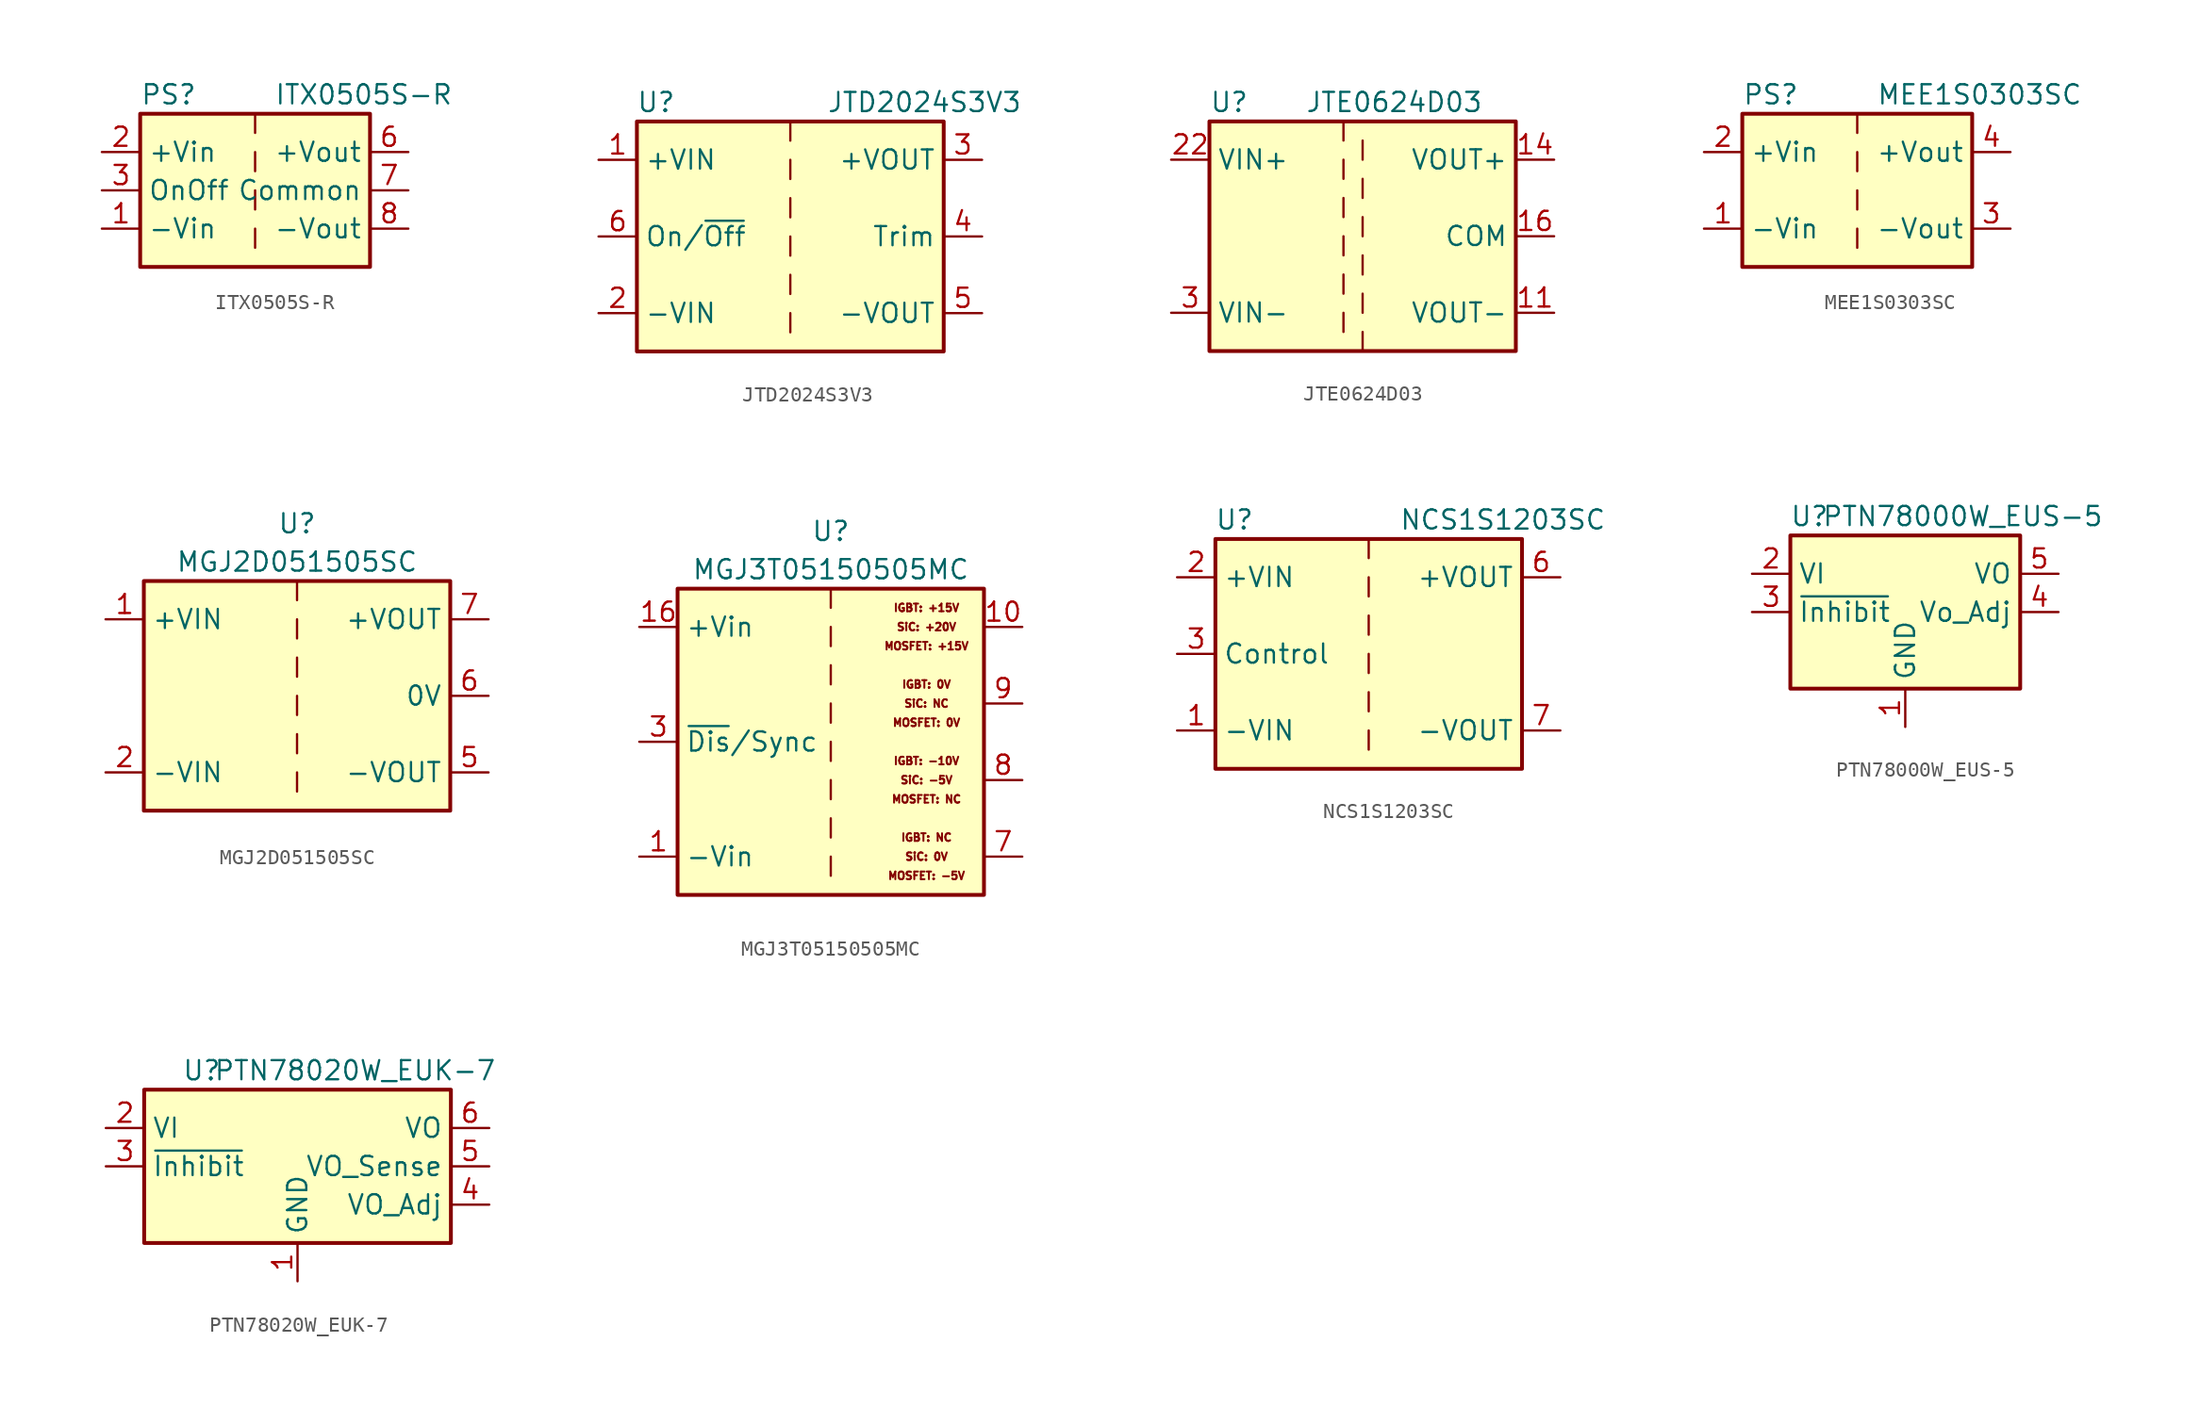
<source format=kicad_sym>
(kicad_symbol_lib
  (version 20241209)
  (generator "kicad_symbol_editor")
  (generator_version "9.0")
  (symbol "ITX0505S-R"
    (property "Reference" "PS"
      (at -7.62 6.35 0)
      (effects (font (size 1.27 1.27)) (justify left)))
    (property "Value" "ITX0505S-R"
      (at 1.27 6.35 0)
      (effects (font (size 1.27 1.27)) (justify left)))
    (symbol "ITX0505S-R_0_0"
      (pin power_in line (at -10.16 2.54 0) (length 2.54) (name "+Vin" (effects (font (size 1.27 1.27)))) (number "2" (effects (font (size 1.27 1.27)))))
      (pin input line (at -10.16 0 0) (length 2.54) (name "OnOff" (effects (font (size 1.27 1.27)))) (number "3" (effects (font (size 1.27 1.27)))))
      (pin power_in line (at -10.16 -2.54 0) (length 2.54) (name "-Vin" (effects (font (size 1.27 1.27)))) (number "1" (effects (font (size 1.27 1.27)))))
      (pin no_connect line (at 0 5.08 270) (length 2.54) (hide yes) (name "NC" (effects (font (size 1.27 1.27)))) (number "5" (effects (font (size 1.27 1.27)))))
      (pin power_out line (at 10.16 2.54 180) (length 2.54) (name "+Vout" (effects (font (size 1.27 1.27)))) (number "6" (effects (font (size 1.27 1.27)))))
      (pin power_out line (at 10.16 0 180) (length 2.54) (name "Common" (effects (font (size 1.27 1.27)))) (number "7" (effects (font (size 1.27 1.27)))))
      (pin power_out line (at 10.16 -2.54 180) (length 2.54) (name "-Vout" (effects (font (size 1.27 1.27)))) (number "8" (effects (font (size 1.27 1.27))))))
    (symbol "ITX0505S-R_0_1"
      (rectangle (start -7.62 5.08) (end 7.62 -5.08) (stroke (width 0.254) (type default)) (fill (type background)))
      (polyline (pts (xy 0 5.08) (xy 0 3.81)) (stroke (width 0) (type default)) (fill (type none)))
      (polyline (pts (xy 0 2.54) (xy 0 1.27)) (stroke (width 0) (type default)) (fill (type none)))
      (polyline (pts (xy 0 0) (xy 0 -1.27)) (stroke (width 0) (type default)) (fill (type none)))
      (polyline (pts (xy 0 -2.54) (xy 0 -3.81)) (stroke (width 0) (type default)) (fill (type none)))))
  (symbol "JTD2024S3V3"
    (property "Reference" "U"
      (at -8.89 8.89 0)
      (effects (font (size 1.27 1.27))))
    (property "Value" "JTD2024S3V3"
      (at 8.89 8.89 0)
      (effects (font (size 1.27 1.27))))
    (symbol "JTD2024S3V3_0_1"
      (rectangle (start -10.16 7.62) (end 10.16 -7.62) (stroke (width 0.254) (type default)) (fill (type background)))
      (polyline (pts (xy 0 7.62) (xy 0 6.35)) (stroke (width 0) (type default)) (fill (type none)))
      (polyline (pts (xy 0 5.08) (xy 0 3.81)) (stroke (width 0) (type default)) (fill (type none)))
      (polyline (pts (xy 0 2.54) (xy 0 1.27)) (stroke (width 0) (type default)) (fill (type none)))
      (polyline (pts (xy 0 0) (xy 0 -1.27)) (stroke (width 0) (type default)) (fill (type none)))
      (polyline (pts (xy 0 -2.54) (xy 0 -3.81)) (stroke (width 0) (type default)) (fill (type none)))
      (polyline (pts (xy 0 -5.08) (xy 0 -6.35)) (stroke (width 0) (type default)) (fill (type none))))
    (symbol "JTD2024S3V3_1_1"
      (pin power_in line (at -12.7 5.08 0) (length 2.54) (name "+VIN" (effects (font (size 1.27 1.27)))) (number "1" (effects (font (size 1.27 1.27)))))
      (pin input line (at -12.7 0 0) (length 2.54) (name "On/~{Off}" (effects (font (size 1.27 1.27)))) (number "6" (effects (font (size 1.27 1.27)))))
      (pin power_in line (at -12.7 -5.08 0) (length 2.54) (name "-VIN" (effects (font (size 1.27 1.27)))) (number "2" (effects (font (size 1.27 1.27)))))
      (pin power_out line (at 12.7 5.08 180) (length 2.54) (name "+VOUT" (effects (font (size 1.27 1.27)))) (number "3" (effects (font (size 1.27 1.27)))))
      (pin input line (at 12.7 0 180) (length 2.54) (name "Trim" (effects (font (size 1.27 1.27)))) (number "4" (effects (font (size 1.27 1.27)))))
      (pin power_out line (at 12.7 -5.08 180) (length 2.54) (name "-VOUT" (effects (font (size 1.27 1.27)))) (number "5" (effects (font (size 1.27 1.27)))))))
  (symbol "JTE0624D03"
    (property "Reference" "U"
      (at -10.16 8.89 0)
      (effects (font (size 1.27 1.27)) (justify left)))
    (property "Value" "JTE0624D03"
      (at -3.81 8.89 0)
      (effects (font (size 1.27 1.27)) (justify left)))
    (symbol "JTE0624D03_0_1"
      (rectangle (start -10.16 7.62) (end 10.16 -7.62) (stroke (width 0.254) (type default)) (fill (type background)))
      (polyline (pts (xy -1.27 7.62) (xy -1.27 6.35)) (stroke (width 0) (type default)) (fill (type none)))
      (polyline (pts (xy -1.27 5.08) (xy -1.27 3.81)) (stroke (width 0) (type default)) (fill (type none)))
      (polyline (pts (xy -1.27 2.54) (xy -1.27 1.27)) (stroke (width 0) (type default)) (fill (type none)))
      (polyline (pts (xy -1.27 0) (xy -1.27 -1.27)) (stroke (width 0) (type default)) (fill (type none)))
      (polyline (pts (xy -1.27 -2.54) (xy -1.27 -3.81)) (stroke (width 0) (type default)) (fill (type none)))
      (polyline (pts (xy -1.27 -5.08) (xy -1.27 -6.35)) (stroke (width 0) (type default)) (fill (type none)))
      (polyline (pts (xy 0 5.08) (xy 0 6.35)) (stroke (width 0) (type default)) (fill (type none)))
      (polyline (pts (xy 0 2.54) (xy 0 3.81)) (stroke (width 0) (type default)) (fill (type none)))
      (polyline (pts (xy 0 0) (xy 0 1.27)) (stroke (width 0) (type default)) (fill (type none)))
      (polyline (pts (xy 0 -1.27) (xy 0 -2.54)) (stroke (width 0) (type default)) (fill (type none)))
      (polyline (pts (xy 0 -5.08) (xy 0 -3.81)) (stroke (width 0) (type default)) (fill (type none)))
      (polyline (pts (xy 0 -7.62) (xy 0 -6.35)) (stroke (width 0) (type default)) (fill (type none))))
    (symbol "JTE0624D03_1_1"
      (pin power_in line (at -12.7 5.08 0) (length 2.54) (name "VIN+" (effects (font (size 1.27 1.27)))) (number "22" (effects (font (size 1.27 1.27)))))
      (pin passive line (at -12.7 5.08 0) (length 2.54) (hide yes) (name "VIN+" (effects (font (size 1.27 1.27)))) (number "23" (effects (font (size 1.27 1.27)))))
      (pin passive line (at -12.7 -5.08 0) (length 2.54) (hide yes) (name "VIN-" (effects (font (size 1.27 1.27)))) (number "2" (effects (font (size 1.27 1.27)))))
      (pin power_in line (at -12.7 -5.08 0) (length 2.54) (name "VIN-" (effects (font (size 1.27 1.27)))) (number "3" (effects (font (size 1.27 1.27)))))
      (pin power_out line (at 12.7 5.08 180) (length 2.54) (name "VOUT+" (effects (font (size 1.27 1.27)))) (number "14" (effects (font (size 1.27 1.27)))))
      (pin power_out line (at 12.7 0 180) (length 2.54) (name "COM" (effects (font (size 1.27 1.27)))) (number "16" (effects (font (size 1.27 1.27)))))
      (pin passive line (at 12.7 0 180) (length 2.54) (hide yes) (name "COM" (effects (font (size 1.27 1.27)))) (number "9" (effects (font (size 1.27 1.27)))))
      (pin power_out line (at 12.7 -5.08 180) (length 2.54) (name "VOUT-" (effects (font (size 1.27 1.27)))) (number "11" (effects (font (size 1.27 1.27)))))))
  (symbol "MEE1S0303SC"
    (property "Reference" "PS"
      (at -7.62 6.35 0)
      (effects (font (size 1.27 1.27)) (justify left)))
    (property "Value" "MEE1S0303SC"
      (at 1.27 6.35 0)
      (effects (font (size 1.27 1.27)) (justify left)))
    (symbol "MEE1S0303SC_0_0"
      (pin power_in line (at -10.16 2.54 0) (length 2.54) (name "+Vin" (effects (font (size 1.27 1.27)))) (number "2" (effects (font (size 1.27 1.27)))))
      (pin power_in line (at -10.16 -2.54 0) (length 2.54) (name "-Vin" (effects (font (size 1.27 1.27)))) (number "1" (effects (font (size 1.27 1.27)))))
      (pin power_out line (at 10.16 2.54 180) (length 2.54) (name "+Vout" (effects (font (size 1.27 1.27)))) (number "4" (effects (font (size 1.27 1.27)))))
      (pin power_out line (at 10.16 -2.54 180) (length 2.54) (name "-Vout" (effects (font (size 1.27 1.27)))) (number "3" (effects (font (size 1.27 1.27))))))
    (symbol "MEE1S0303SC_0_1"
      (rectangle (start -7.62 5.08) (end 7.62 -5.08) (stroke (width 0.254) (type default)) (fill (type background)))
      (polyline (pts (xy 0 5.08) (xy 0 3.81)) (stroke (width 0) (type default)) (fill (type none)))
      (polyline (pts (xy 0 2.54) (xy 0 1.27)) (stroke (width 0) (type default)) (fill (type none)))
      (polyline (pts (xy 0 0) (xy 0 -1.27)) (stroke (width 0) (type default)) (fill (type none)))
      (polyline (pts (xy 0 -2.54) (xy 0 -3.81)) (stroke (width 0) (type default)) (fill (type none)))))
  (symbol "MGJ2D051505SC"
    (property "Reference" "U"
      (at 0 11.43 0)
      (effects (font (size 1.27 1.27))))
    (property "Value" "MGJ2D051505SC"
      (at 0 8.89 0)
      (effects (font (size 1.27 1.27))))
    (symbol "MGJ2D051505SC_0_1"
      (rectangle (start -10.16 7.62) (end 10.16 -7.62) (stroke (width 0.254) (type default)) (fill (type background)))
      (polyline (pts (xy 0 7.62) (xy 0 6.35)) (stroke (width 0) (type default)) (fill (type none)))
      (polyline (pts (xy 0 5.08) (xy 0 3.81)) (stroke (width 0) (type default)) (fill (type none)))
      (polyline (pts (xy 0 2.54) (xy 0 1.27)) (stroke (width 0) (type default)) (fill (type none)))
      (polyline (pts (xy 0 0) (xy 0 -1.27)) (stroke (width 0) (type default)) (fill (type none)))
      (polyline (pts (xy 0 -2.54) (xy 0 -3.81)) (stroke (width 0) (type default)) (fill (type none)))
      (polyline (pts (xy 0 -5.08) (xy 0 -6.35)) (stroke (width 0) (type default)) (fill (type none))))
    (symbol "MGJ2D051505SC_1_1"
      (pin power_in line (at -12.7 5.08 0) (length 2.54) (name "+VIN" (effects (font (size 1.27 1.27)))) (number "1" (effects (font (size 1.27 1.27)))))
      (pin power_in line (at -12.7 -5.08 0) (length 2.54) (name "-VIN" (effects (font (size 1.27 1.27)))) (number "2" (effects (font (size 1.27 1.27)))))
      (pin power_out line (at 12.7 5.08 180) (length 2.54) (name "+VOUT" (effects (font (size 1.27 1.27)))) (number "7" (effects (font (size 1.27 1.27)))))
      (pin power_out line (at 12.7 0 180) (length 2.54) (name "0V" (effects (font (size 1.27 1.27)))) (number "6" (effects (font (size 1.27 1.27)))))
      (pin power_out line (at 12.7 -5.08 180) (length 2.54) (name "-VOUT" (effects (font (size 1.27 1.27)))) (number "5" (effects (font (size 1.27 1.27)))))))
  (symbol "MGJ3T05150505MC"
    (property "Reference" "U"
      (at 0 13.97 0)
      (effects (font (size 1.27 1.27))))
    (property "Value" "MGJ3T05150505MC"
      (at 0 11.43 0)
      (effects (font (size 1.27 1.27))))
    (symbol "MGJ3T05150505MC_0_0"
      (text "IGBT: +15V" (at 6.35 8.89 0) (effects (font (size 0.508 0.508))))
      (text "SiC: +20V" (at 6.35 7.62 0) (effects (font (size 0.508 0.508))))
      (text "MOSFET: +15V" (at 6.35 6.35 0) (effects (font (size 0.508 0.508))))
      (text "IGBT: 0V" (at 6.35 3.81 0) (effects (font (size 0.508 0.508))))
      (text "SiC: NC" (at 6.35 2.54 0) (effects (font (size 0.508 0.508))))
      (text "MOSFET: 0V" (at 6.35 1.27 0) (effects (font (size 0.508 0.508))))
      (text "IGBT: -10V" (at 6.35 -1.27 0) (effects (font (size 0.508 0.508))))
      (text "SiC: -5V" (at 6.35 -2.54 0) (effects (font (size 0.508 0.508))))
      (text "MOSFET: NC" (at 6.35 -3.81 0) (effects (font (size 0.508 0.508))))
      (text "IGBT: NC" (at 6.35 -6.35 0) (effects (font (size 0.508 0.508))))
      (text "SiC: 0V" (at 6.35 -7.62 0) (effects (font (size 0.508 0.508))))
      (text "MOSFET: -5V" (at 6.35 -8.89 0) (effects (font (size 0.508 0.508)))))
    (symbol "MGJ3T05150505MC_0_1"
      (rectangle (start -10.16 10.16) (end 10.16 -10.16) (stroke (width 0.254) (type default)) (fill (type background)))
      (polyline (pts (xy 0 10.16) (xy 0 8.89)) (stroke (width 0) (type default)) (fill (type none)))
      (polyline (pts (xy 0 7.62) (xy 0 6.35)) (stroke (width 0) (type default)) (fill (type none)))
      (polyline (pts (xy 0 5.08) (xy 0 3.81)) (stroke (width 0) (type default)) (fill (type none)))
      (polyline (pts (xy 0 2.54) (xy 0 1.27)) (stroke (width 0) (type default)) (fill (type none)))
      (polyline (pts (xy 0 0) (xy 0 -1.27)) (stroke (width 0) (type default)) (fill (type none)))
      (polyline (pts (xy 0 -2.54) (xy 0 -3.81)) (stroke (width 0) (type default)) (fill (type none)))
      (polyline (pts (xy 0 -5.08) (xy 0 -6.35)) (stroke (width 0) (type default)) (fill (type none)))
      (polyline (pts (xy 0 -7.62) (xy 0 -8.89)) (stroke (width 0) (type default)) (fill (type none))))
    (symbol "MGJ3T05150505MC_1_1"
      (pin power_in line (at -12.7 7.62 0) (length 2.54) (name "+Vin" (effects (font (size 1.27 1.27)))) (number "16" (effects (font (size 1.27 1.27)))))
      (pin input line (at -12.7 0 0) (length 2.54) (name "~{Dis}/Sync" (effects (font (size 1.27 1.27)))) (number "3" (effects (font (size 1.27 1.27)))))
      (pin power_in line (at -12.7 -7.62 0) (length 2.54) (name "-Vin" (effects (font (size 1.27 1.27)))) (number "1" (effects (font (size 1.27 1.27)))))
      (pin power_out line (at 12.7 7.62 180) (length 2.54) (name "~" (effects (font (size 1.27 1.27)))) (number "10" (effects (font (size 1.27 1.27)))))
      (pin power_out line (at 12.7 2.54 180) (length 2.54) (name "~" (effects (font (size 1.27 1.27)))) (number "9" (effects (font (size 1.27 1.27)))))
      (pin power_out line (at 12.7 -2.54 180) (length 2.54) (name "~" (effects (font (size 1.27 1.27)))) (number "8" (effects (font (size 1.27 1.27)))))
      (pin power_out line (at 12.7 -7.62 180) (length 2.54) (name "~" (effects (font (size 1.27 1.27)))) (number "7" (effects (font (size 1.27 1.27)))))))
  (symbol "NCS1S1203SC"
    (property "Reference" "U"
      (at -8.89 8.89 0)
      (effects (font (size 1.27 1.27))))
    (property "Value" "NCS1S1203SC"
      (at 8.89 8.89 0)
      (effects (font (size 1.27 1.27))))
    (symbol "NCS1S1203SC_0_1"
      (rectangle (start -10.16 7.62) (end 10.16 -7.62) (stroke (width 0.254) (type default)) (fill (type background)))
      (polyline (pts (xy 0 7.62) (xy 0 6.35)) (stroke (width 0) (type default)) (fill (type none)))
      (polyline (pts (xy 0 5.08) (xy 0 3.81)) (stroke (width 0) (type default)) (fill (type none)))
      (polyline (pts (xy 0 2.54) (xy 0 1.27)) (stroke (width 0) (type default)) (fill (type none)))
      (polyline (pts (xy 0 0) (xy 0 -1.27)) (stroke (width 0) (type default)) (fill (type none)))
      (polyline (pts (xy 0 -2.54) (xy 0 -3.81)) (stroke (width 0) (type default)) (fill (type none)))
      (polyline (pts (xy 0 -5.08) (xy 0 -6.35)) (stroke (width 0) (type default)) (fill (type none))))
    (symbol "NCS1S1203SC_1_1"
      (pin power_in line (at -12.7 5.08 0) (length 2.54) (name "+VIN" (effects (font (size 1.27 1.27)))) (number "2" (effects (font (size 1.27 1.27)))))
      (pin input line (at -12.7 0 0) (length 2.54) (name "Control" (effects (font (size 1.27 1.27)))) (number "3" (effects (font (size 1.27 1.27)))))
      (pin power_in line (at -12.7 -5.08 0) (length 2.54) (name "-VIN" (effects (font (size 1.27 1.27)))) (number "1" (effects (font (size 1.27 1.27)))))
      (pin power_out line (at 12.7 5.08 180) (length 2.54) (name "+VOUT" (effects (font (size 1.27 1.27)))) (number "6" (effects (font (size 1.27 1.27)))))
      (pin power_out line (at 12.7 -5.08 180) (length 2.54) (name "-VOUT" (effects (font (size 1.27 1.27)))) (number "7" (effects (font (size 1.27 1.27)))))))
  (symbol "PTN78000W_EUS-5"
    (property "Reference" "U"
      (at -6.35 6.35 0)
      (effects (font (size 1.27 1.27))))
    (property "Value" "PTN78000W_EUS-5"
      (at 3.81 6.35 0)
      (effects (font (size 1.27 1.27))))
    (symbol "PTN78000W_EUS-5_0_1"
      (rectangle (start -7.62 5.08) (end 7.62 -5.08) (stroke (width 0.254) (type default)) (fill (type background))))
    (symbol "PTN78000W_EUS-5_1_1"
      (pin power_in line (at -10.16 2.54 0) (length 2.54) (name "VI" (effects (font (size 1.27 1.27)))) (number "2" (effects (font (size 1.27 1.27)))))
      (pin input line (at -10.16 0 0) (length 2.54) (name "~{Inhibit}" (effects (font (size 1.27 1.27)))) (number "3" (effects (font (size 1.27 1.27)))))
      (pin power_in line (at 0 -7.62 90) (length 2.54) (name "GND" (effects (font (size 1.27 1.27)))) (number "1" (effects (font (size 1.27 1.27)))))
      (pin power_out line (at 10.16 2.54 180) (length 2.54) (name "VO" (effects (font (size 1.27 1.27)))) (number "5" (effects (font (size 1.27 1.27)))))
      (pin output line (at 10.16 0 180) (length 2.54) (name "Vo_Adj" (effects (font (size 1.27 1.27)))) (number "4" (effects (font (size 1.27 1.27)))))))
  (symbol "PTN78020W_EUK-7"
    (property "Reference" "U"
      (at -6.35 6.35 0)
      (effects (font (size 1.27 1.27))))
    (property "Value" "PTN78020W_EUK-7"
      (at 3.81 6.35 0)
      (effects (font (size 1.27 1.27))))
    (symbol "PTN78020W_EUK-7_0_1"
      (rectangle (start -10.16 5.08) (end 10.16 -5.08) (stroke (width 0.254) (type default)) (fill (type background))))
    (symbol "PTN78020W_EUK-7_1_1"
      (pin power_in line (at -12.7 2.54 0) (length 2.54) (name "VI" (effects (font (size 1.27 1.27)))) (number "2" (effects (font (size 1.27 1.27)))))
      (pin input line (at -12.7 0 0) (length 2.54) (name "~{Inhibit}" (effects (font (size 1.27 1.27)))) (number "3" (effects (font (size 1.27 1.27)))))
      (pin power_in line (at 0 -7.62 90) (length 2.54) (name "GND" (effects (font (size 1.27 1.27)))) (number "1" (effects (font (size 1.27 1.27)))))
      (pin passive line (at 0 -7.62 90) (length 2.54) (hide yes) (name "GND" (effects (font (size 1.27 1.27)))) (number "7" (effects (font (size 1.27 1.27)))))
      (pin power_out line (at 12.7 2.54 180) (length 2.54) (name "VO" (effects (font (size 1.27 1.27)))) (number "6" (effects (font (size 1.27 1.27)))))
      (pin power_out line (at 12.7 0 180) (length 2.54) (name "VO_Sense" (effects (font (size 1.27 1.27)))) (number "5" (effects (font (size 1.27 1.27)))))
      (pin input line (at 12.7 -2.54 180) (length 2.54) (name "VO_Adj" (effects (font (size 1.27 1.27)))) (number "4" (effects (font (size 1.27 1.27))))))))
</source>
